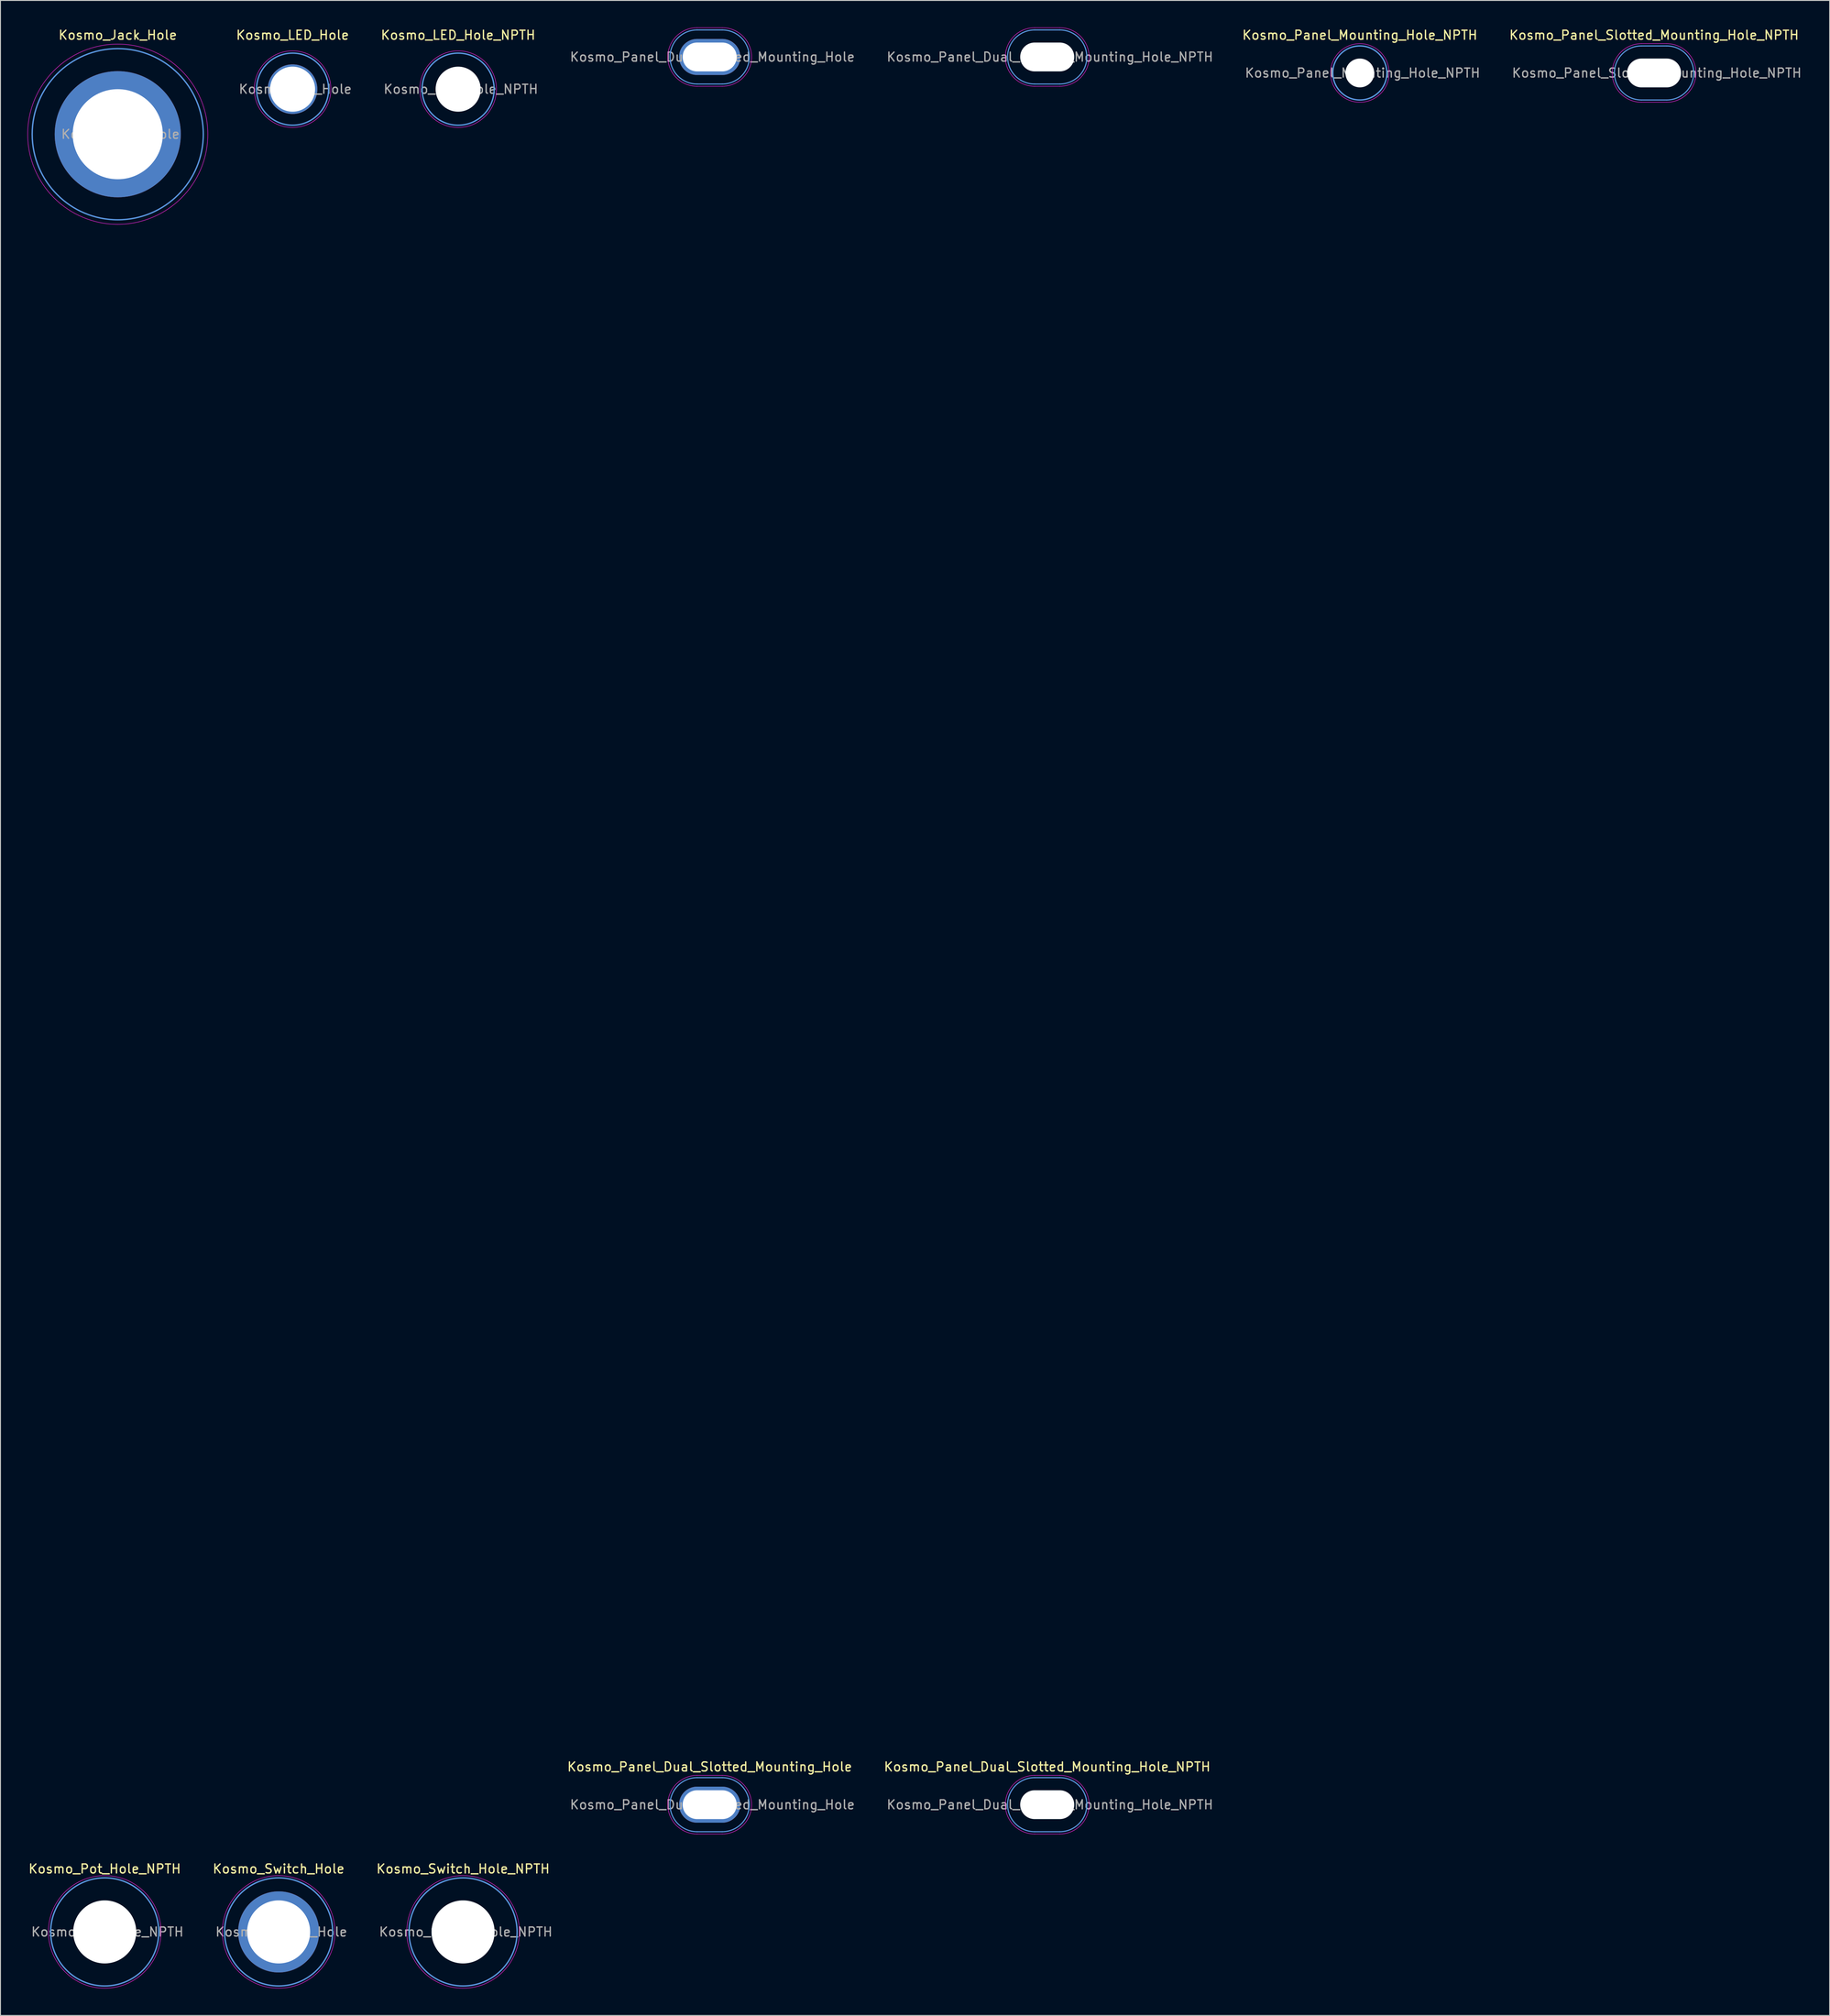
<source format=kicad_pcb>
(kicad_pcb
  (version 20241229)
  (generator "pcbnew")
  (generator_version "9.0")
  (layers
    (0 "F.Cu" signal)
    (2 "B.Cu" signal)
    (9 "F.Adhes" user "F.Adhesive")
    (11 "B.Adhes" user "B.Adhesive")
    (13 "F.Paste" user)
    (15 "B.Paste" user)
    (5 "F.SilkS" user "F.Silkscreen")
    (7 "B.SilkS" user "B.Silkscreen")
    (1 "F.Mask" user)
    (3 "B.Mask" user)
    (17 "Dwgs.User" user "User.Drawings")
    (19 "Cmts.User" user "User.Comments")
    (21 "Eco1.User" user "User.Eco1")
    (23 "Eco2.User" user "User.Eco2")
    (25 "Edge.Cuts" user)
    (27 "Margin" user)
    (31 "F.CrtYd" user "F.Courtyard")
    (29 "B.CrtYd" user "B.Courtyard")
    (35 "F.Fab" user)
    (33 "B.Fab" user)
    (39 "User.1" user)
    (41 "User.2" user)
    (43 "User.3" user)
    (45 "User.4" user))
  (footprint "Kosmo_LED_Hole"
    (layer "F.Cu")
    (at 29.437 6.848)
    (property "Reference" "Kosmo_LED_Hole" (at 0 -6 0) (layer "F.SilkS") (effects (font (size 1 1) (thickness 0.15))))
    (attr exclude_from_pos_files exclude_from_bom)
    (fp_circle (center 0 0) (end 4 0) (stroke (width 0.15) (type solid)) (fill no) (layer "Cmts.User"))
    (fp_circle (center 0 0) (end 4.25 0) (stroke (width 0.05) (type solid)) (fill no) (layer "F.CrtYd"))
    (fp_text user "${REFERENCE}" (at 0.3 0 0) (layer "F.Fab") (effects (font (size 1 1) (thickness 0.15))))
    (pad "1" thru_hole circle (at 0 0) (size 5.5 5.5) (drill 5) (layers "*.Cu" "*.Mask")))
  (footprint "Kosmo_Panel_Mounting_Hole_NPTH"
    (layer "F.Cu")
    (at 147.946 5.048)
    (property "Reference" "Kosmo_Panel_Mounting_Hole_NPTH" (at 0 -4.2 0) (layer "F.SilkS") (effects (font (size 1 1) (thickness 0.15))))
    (attr exclude_from_pos_files exclude_from_bom)
    (fp_circle (center 0 0) (end 3 0) (stroke (width 0.15) (type solid)) (fill no) (layer "Cmts.User"))
    (fp_circle (center 0 0) (end 3.25 0) (stroke (width 0.05) (type solid)) (fill no) (layer "F.CrtYd"))
    (fp_text user "${REFERENCE}" (at 0.3 0 0) (layer "F.Fab") (effects (font (size 1 1) (thickness 0.15))))
    (pad "" np_thru_hole circle (at 0 0) (size 3.2 3.2) (drill 3.2) (layers "*.Mask" "F.Cu")))
  (footprint "Kosmo_Switch_Hole"
    (layer "F.Cu")
    (at 27.889 211.398)
    (property "Reference" "Kosmo_Switch_Hole" (at 0 -7 0) (layer "F.SilkS") (effects (font (size 1 1) (thickness 0.15))))
    (attr exclude_from_pos_files exclude_from_bom)
    (fp_circle (center 0 0) (end 6 0) (stroke (width 0.15) (type solid)) (fill no) (layer "Cmts.User"))
    (fp_circle (center 0 0) (end 6.25 0) (stroke (width 0.05) (type solid)) (fill no) (layer "F.CrtYd"))
    (fp_text user "${REFERENCE}" (at 0.3 0 0) (layer "F.Fab") (effects (font (size 1 1) (thickness 0.15))))
    (pad "1" thru_hole circle (at 0 0) (size 9 9) (drill 7) (layers "*.Cu" "*.Mask")))
  (footprint "Kosmo_Switch_Hole_NPTH"
    (layer "F.Cu")
    (at 48.368 211.398)
    (property "Reference" "Kosmo_Switch_Hole_NPTH" (at 0 -7 0) (layer "F.SilkS") (effects (font (size 1 1) (thickness 0.15))))
    (attr exclude_from_pos_files exclude_from_bom)
    (fp_circle (center 0 0) (end 6 0) (stroke (width 0.15) (type solid)) (fill no) (layer "Cmts.User"))
    (fp_circle (center 0 0) (end 6.25 0) (stroke (width 0.05) (type solid)) (fill no) (layer "F.CrtYd"))
    (fp_text user "${REFERENCE}" (at 0.3 0 0) (layer "F.Fab") (effects (font (size 1 1) (thickness 0.15))))
    (pad "" np_thru_hole circle (at 0 0) (size 7 7) (drill 7) (layers "*.Mask" "F.Cu")))
  (footprint "Kosmo_LED_Hole_NPTH"
    (layer "F.Cu")
    (at 47.82 6.848)
    (property "Reference" "Kosmo_LED_Hole_NPTH" (at 0 -6 0) (layer "F.SilkS") (effects (font (size 1 1) (thickness 0.15))))
    (attr exclude_from_pos_files exclude_from_bom)
    (fp_circle (center 0 0) (end 4 0) (stroke (width 0.15) (type solid)) (fill no) (layer "Cmts.User"))
    (fp_circle (center 0 0) (end 4.25 0) (stroke (width 0.05) (type solid)) (fill no) (layer "F.CrtYd"))
    (fp_text user "${REFERENCE}" (at 0.3 0 0) (layer "F.Fab") (effects (font (size 1 1) (thickness 0.15))))
    (pad "" np_thru_hole circle (at 0 0) (size 5 5) (drill 5) (layers "*.Mask" "F.Cu")))
  (footprint "Kosmo_Panel_Dual_Slotted_Mounting_Hole_NPTH"
    (layer "F.Cu")
    (at 111.83 197.275)
    (property "Reference" "Kosmo_Panel_Dual_Slotted_Mounting_Hole_NPTH" (at 1.4 -4.2 0) (layer "F.SilkS") (effects (font (size 1 1) (thickness 0.15))))
    (attr exclude_from_pos_files exclude_from_bom)
    (fp_line (start 0 -197) (end 2.8 -197) (stroke (width 0.12) (type solid)) (layer "Cmts.User"))
    (fp_line (start 0 -191) (end 2.8 -191) (stroke (width 0.12) (type solid)) (layer "Cmts.User"))
    (fp_line (start 0 -3) (end 2.8 -3) (stroke (width 0.12) (type solid)) (layer "Cmts.User"))
    (fp_line (start 0 3) (end 2.8 3) (stroke (width 0.12) (type solid)) (layer "Cmts.User"))
    (fp_arc (start 0 -191) (mid -3 -194) (end 0 -197) (stroke (width 0.12) (type solid)) (layer "Cmts.User"))
    (fp_arc (start 0 3) (mid -3 0) (end 0 -3) (stroke (width 0.12) (type solid)) (layer "Cmts.User"))
    (fp_arc (start 2.8 -197) (mid 5.8 -194) (end 2.8 -191) (stroke (width 0.12) (type solid)) (layer "Cmts.User"))
    (fp_arc (start 2.8 -3) (mid 5.8 0) (end 2.8 3) (stroke (width 0.12) (type solid)) (layer "Cmts.User"))
    (fp_line (start 0 -197.25) (end 2.8 -197.25) (stroke (width 0.05) (type solid)) (layer "F.CrtYd"))
    (fp_line (start 0 -190.75) (end 2.8 -190.75) (stroke (width 0.05) (type solid)) (layer "F.CrtYd"))
    (fp_line (start 0 -3.25) (end 2.8 -3.25) (stroke (width 0.05) (type solid)) (layer "F.CrtYd"))
    (fp_line (start 0 3.25) (end 2.8 3.25) (stroke (width 0.05) (type solid)) (layer "F.CrtYd"))
    (fp_arc (start 0 -190.75) (mid -3.25 -194) (end 0 -197.25) (stroke (width 0.05) (type solid)) (layer "F.CrtYd"))
    (fp_arc (start 0 3.25) (mid -3.25 0) (end 0 -3.25) (stroke (width 0.05) (type solid)) (layer "F.CrtYd"))
    (fp_arc (start 2.8 -197.25) (mid 6.05 -194) (end 2.8 -190.75) (stroke (width 0.05) (type solid)) (layer "F.CrtYd"))
    (fp_arc (start 2.8 -3.25) (mid 6.05 0) (end 2.8 3.25) (stroke (width 0.05) (type solid)) (layer "F.CrtYd"))
    (fp_text user "${REFERENCE}" (at 1.7 -194 0) (layer "F.Fab") (effects (font (size 1 1) (thickness 0.15))))
    (fp_text user "${REFERENCE}" (at 1.7 0 0) (layer "F.Fab") (effects (font (size 1 1) (thickness 0.15))))
    (pad "" np_thru_hole oval (at 1.4 -194) (size 6 3.2) (drill oval 6 3.2) (layers "*.Mask" "F.Cu"))
    (pad "" np_thru_hole oval (at 1.4 0) (size 6 3.2) (drill oval 6 3.2) (layers "*.Mask" "F.Cu")))
  (footprint "Kosmo_Pot_Hole_NPTH"
    (layer "F.Cu")
    (at 8.577 211.398)
    (property "Reference" "Kosmo_Pot_Hole_NPTH" (at 0 -7 0) (layer "F.SilkS") (effects (font (size 1 1) (thickness 0.15))))
    (attr exclude_from_pos_files exclude_from_bom)
    (fp_circle (center 0 0) (end 6 0) (stroke (width 0.15) (type solid)) (fill no) (layer "Cmts.User"))
    (fp_circle (center 0 0) (end 6.25 0) (stroke (width 0.05) (type solid)) (fill no) (layer "F.CrtYd"))
    (fp_text user "${REFERENCE}" (at 0.3 0 0) (layer "F.Fab") (effects (font (size 1 1) (thickness 0.15))))
    (pad "" np_thru_hole circle (at 0 0) (size 7 7) (drill 7) (layers "*.Mask" "F.Cu")))
  (footprint "Kosmo_Jack_Hole"
    (layer "F.Cu")
    (at 10.025 11.848)
    (property "Reference" "Kosmo_Jack_Hole" (at 0 -11 0) (layer "F.SilkS") (effects (font (size 1 1) (thickness 0.15))))
    (attr exclude_from_pos_files exclude_from_bom)
    (fp_circle (center 0 0) (end 9.5 0) (stroke (width 0.15) (type solid)) (fill no) (layer "Cmts.User"))
    (fp_circle (center 0 0) (end 10 0) (stroke (width 0.05) (type solid)) (fill no) (layer "F.CrtYd"))
    (fp_text user "${REFERENCE}" (at 0.3 0 0) (layer "F.Fab") (effects (font (size 1 1) (thickness 0.15))))
    (pad "1" thru_hole circle (at 0 0) (size 14 14) (drill 10) (layers "*.Cu" "*.Mask")))
  (footprint "Kosmo_Panel_Slotted_Mounting_Hole_NPTH"
    (layer "F.Cu")
    (at 179.215 5.048)
    (property "Reference" "Kosmo_Panel_Slotted_Mounting_Hole_NPTH" (at 1.4 -4.2 0) (layer "F.SilkS") (effects (font (size 1 1) (thickness 0.15))))
    (attr exclude_from_pos_files exclude_from_bom)
    (fp_line (start 0 -3) (end 2.8 -3) (stroke (width 0.12) (type solid)) (layer "Cmts.User"))
    (fp_line (start 0 3) (end 2.8 3) (stroke (width 0.12) (type solid)) (layer "Cmts.User"))
    (fp_arc (start 0 3) (mid -3 0) (end 0 -3) (stroke (width 0.12) (type solid)) (layer "Cmts.User"))
    (fp_arc (start 2.8 -3) (mid 5.8 0) (end 2.8 3) (stroke (width 0.12) (type solid)) (layer "Cmts.User"))
    (fp_line (start 0 -3.25) (end 2.8 -3.25) (stroke (width 0.05) (type solid)) (layer "F.CrtYd"))
    (fp_line (start 0 3.25) (end 2.8 3.25) (stroke (width 0.05) (type solid)) (layer "F.CrtYd"))
    (fp_arc (start 0 3.25) (mid -3.25 0) (end 0 -3.25) (stroke (width 0.05) (type solid)) (layer "F.CrtYd"))
    (fp_arc (start 2.8 -3.25) (mid 6.05 0) (end 2.8 3.25) (stroke (width 0.05) (type solid)) (layer "F.CrtYd"))
    (fp_text user "${REFERENCE}" (at 1.7 0 0) (layer "F.Fab") (effects (font (size 1 1) (thickness 0.15))))
    (pad "" np_thru_hole oval (at 1.4 0) (size 6 3.2) (drill oval 6 3.2) (layers "*.Mask" "F.Cu")))
  (footprint "Kosmo_Panel_Dual_Slotted_Mounting_Hole"
    (layer "F.Cu")
    (at 74.351 197.275)
    (property "Reference" "Kosmo_Panel_Dual_Slotted_Mounting_Hole" (at 1.4 -4.2 0) (layer "F.SilkS") (effects (font (size 1 1) (thickness 0.15))))
    (attr exclude_from_pos_files exclude_from_bom)
    (fp_line (start 0 -197) (end 2.8 -197) (stroke (width 0.12) (type solid)) (layer "Cmts.User"))
    (fp_line (start 0 -191) (end 2.8 -191) (stroke (width 0.12) (type solid)) (layer "Cmts.User"))
    (fp_line (start 0 -3) (end 2.8 -3) (stroke (width 0.12) (type solid)) (layer "Cmts.User"))
    (fp_line (start 0 3) (end 2.8 3) (stroke (width 0.12) (type solid)) (layer "Cmts.User"))
    (fp_arc (start 0 -191) (mid -3 -194) (end 0 -197) (stroke (width 0.12) (type solid)) (layer "Cmts.User"))
    (fp_arc (start 0 3) (mid -3 0) (end 0 -3) (stroke (width 0.12) (type solid)) (layer "Cmts.User"))
    (fp_arc (start 2.8 -197) (mid 5.8 -194) (end 2.8 -191) (stroke (width 0.12) (type solid)) (layer "Cmts.User"))
    (fp_arc (start 2.8 -3) (mid 5.8 0) (end 2.8 3) (stroke (width 0.12) (type solid)) (layer "Cmts.User"))
    (fp_line (start 0 -197.25) (end 2.8 -197.25) (stroke (width 0.05) (type solid)) (layer "F.CrtYd"))
    (fp_line (start 0 -190.75) (end 2.8 -190.75) (stroke (width 0.05) (type solid)) (layer "F.CrtYd"))
    (fp_line (start 0 -3.25) (end 2.8 -3.25) (stroke (width 0.05) (type solid)) (layer "F.CrtYd"))
    (fp_line (start 0 3.25) (end 2.8 3.25) (stroke (width 0.05) (type solid)) (layer "F.CrtYd"))
    (fp_arc (start 0 -190.75) (mid -3.25 -194) (end 0 -197.25) (stroke (width 0.05) (type solid)) (layer "F.CrtYd"))
    (fp_arc (start 0 3.25) (mid -3.25 0) (end 0 -3.25) (stroke (width 0.05) (type solid)) (layer "F.CrtYd"))
    (fp_arc (start 2.8 -197.25) (mid 6.05 -194) (end 2.8 -190.75) (stroke (width 0.05) (type solid)) (layer "F.CrtYd"))
    (fp_arc (start 2.8 -3.25) (mid 6.05 0) (end 2.8 3.25) (stroke (width 0.05) (type solid)) (layer "F.CrtYd"))
    (fp_text user "${REFERENCE}" (at 1.7 0 0) (layer "F.Fab") (effects (font (size 1 1) (thickness 0.15))))
    (fp_text user "${REFERENCE}" (at 1.7 -194 0) (layer "F.Fab") (effects (font (size 1 1) (thickness 0.15))))
    (pad "1" thru_hole oval (at 1.4 -194) (size 6.8 4) (drill oval 6 3.2) (layers "*.Cu" "*.Mask"))
    (pad "1" thru_hole oval (at 1.4 0) (size 6.8 4) (drill oval 6 3.2) (layers "*.Cu" "*.Mask")))
  (gr_rect
    (start -3 -3)
    (end 200.112 220.673)
    (stroke (width 0.1) (type default))
    (fill no)
    (layer "Edge.Cuts")))
</source>
